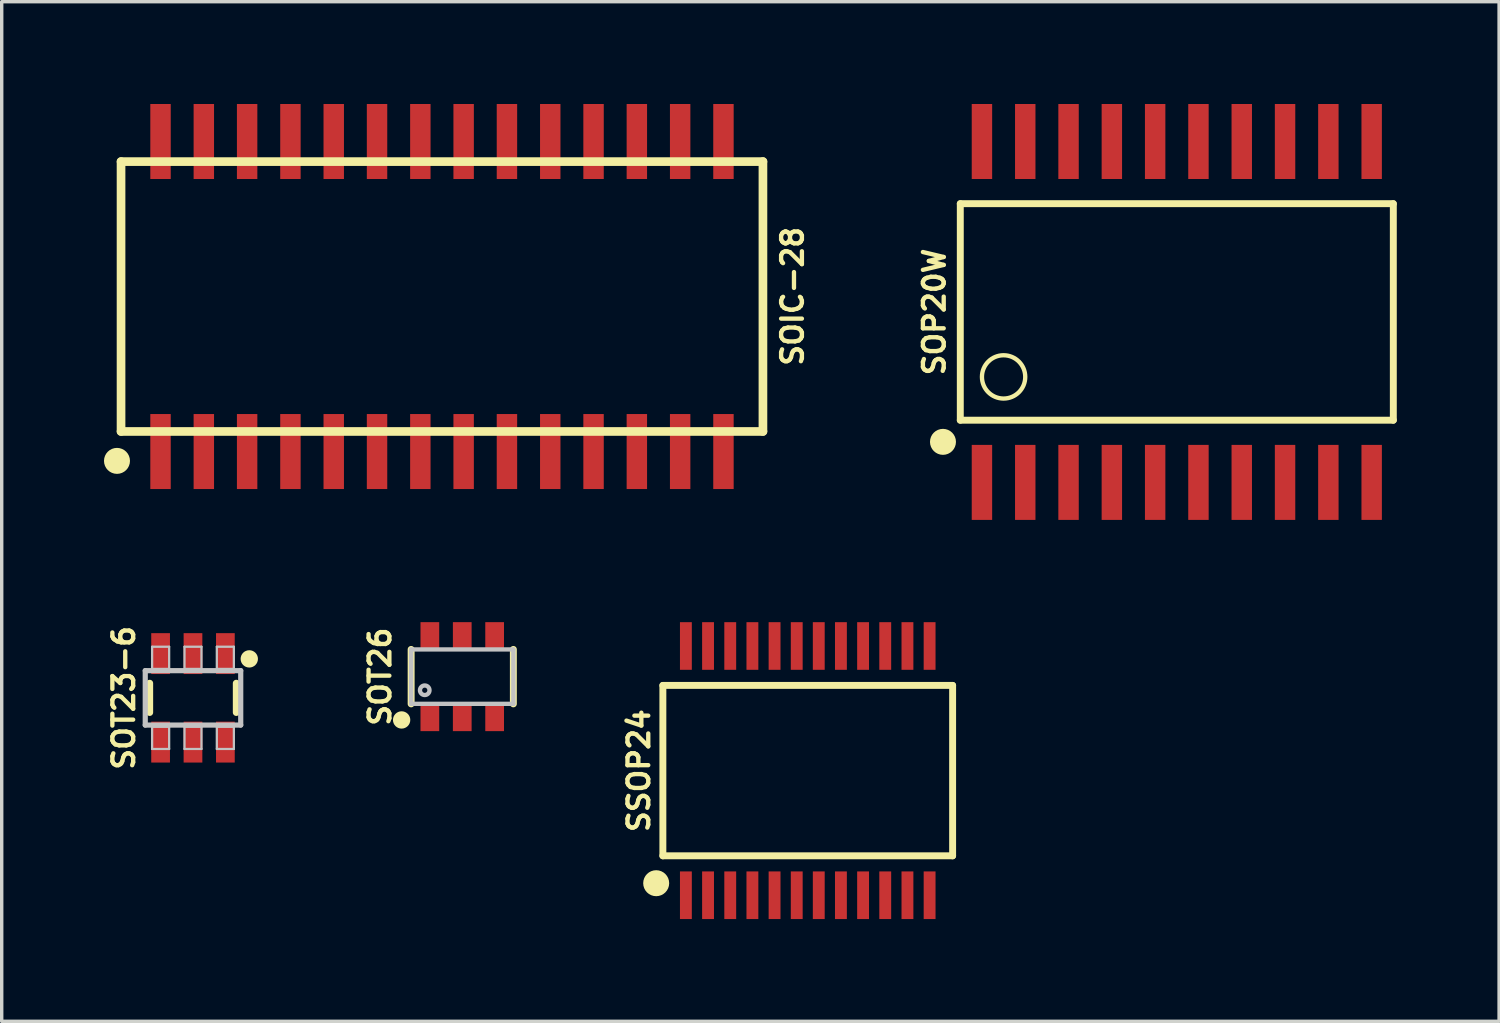
<source format=kicad_pcb>
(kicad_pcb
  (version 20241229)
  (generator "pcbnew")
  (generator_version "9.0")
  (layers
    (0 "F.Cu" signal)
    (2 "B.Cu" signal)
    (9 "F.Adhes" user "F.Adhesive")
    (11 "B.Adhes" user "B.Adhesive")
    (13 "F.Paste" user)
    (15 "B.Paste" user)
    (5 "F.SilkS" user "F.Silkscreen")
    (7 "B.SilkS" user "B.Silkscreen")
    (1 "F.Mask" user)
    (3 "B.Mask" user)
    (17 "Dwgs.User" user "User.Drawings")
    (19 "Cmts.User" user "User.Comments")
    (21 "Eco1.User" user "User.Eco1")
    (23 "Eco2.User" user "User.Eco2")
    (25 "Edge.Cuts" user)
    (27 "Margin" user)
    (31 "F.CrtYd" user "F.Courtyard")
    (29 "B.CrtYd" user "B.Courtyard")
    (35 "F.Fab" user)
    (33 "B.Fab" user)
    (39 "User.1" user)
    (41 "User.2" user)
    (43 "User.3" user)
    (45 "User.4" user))
  (footprint "SOT26"
    (layer "F.Cu")
    (at 10.507 16.795)
    (property "Reference" "SOT26" (at -2.413 0 90) (layer "F.SilkS") (effects (font (size 0.61 0.61) (thickness 0.127))))
    (attr smd)
    (fp_line (start -1.499 -0.798) (end -1.499 0.798) (stroke (width 0.203) (type solid)) (layer "F.SilkS"))
    (fp_line (start 1.499 -0.798) (end 1.499 0.798) (stroke (width 0.203) (type solid)) (layer "F.SilkS"))
    (fp_circle (center -1.778 1.27) (end -1.651 1.27) (stroke (width 0.254) (type solid)) (fill no) (layer "F.SilkS"))
    (fp_line (start -1.499 -0.798) (end -1.499 0.798) (stroke (width 0.127) (type solid)) (layer "Dwgs.User"))
    (fp_line (start -1.499 0.798) (end 1.499 0.798) (stroke (width 0.127) (type solid)) (layer "Dwgs.User"))
    (fp_line (start 1.499 -0.798) (end -1.499 -0.798) (stroke (width 0.127) (type solid)) (layer "Dwgs.User"))
    (fp_line (start 1.499 0.798) (end 1.499 -0.798) (stroke (width 0.127) (type solid)) (layer "Dwgs.User"))
    (fp_circle (center -1.1 0.399) (end -1.1 0.259) (stroke (width 0.127) (type solid)) (fill no) (layer "Dwgs.User"))
    (pad "D1" smd rect (at -0.95 -1.199) (size 0.549 0.798) (layers "F.Cu" "F.Mask" "F.Paste"))
    (pad "D2" smd rect (at 0.95 -1.199) (size 0.549 0.798) (layers "F.Cu" "F.Mask" "F.Paste"))
    (pad "G1" smd rect (at -0.95 1.199) (size 0.549 0.798) (layers "F.Cu" "F.Mask" "F.Paste"))
    (pad "G2" smd rect (at 0.95 1.199) (size 0.549 0.798) (layers "F.Cu" "F.Mask" "F.Paste"))
    (pad "S1" smd rect (at 0 -1.199 180) (size 0.549 0.798) (layers "F.Cu" "F.Mask" "F.Paste"))
    (pad "S2" smd rect (at 0 1.199) (size 0.549 0.798) (layers "F.Cu" "F.Mask" "F.Paste")))
  (footprint "SOP20W"
    (layer "F.Cu")
    (at 31.464 6.099)
    (property "Reference" "SOP20W" (at -7.112 0 90) (layer "F.SilkS") (effects (font (size 0.61 0.61) (thickness 0.127))))
    (attr smd)
    (fp_line (start -6.35 -3.175) (end 6.35 -3.175) (stroke (width 0.203) (type solid)) (layer "F.SilkS"))
    (fp_line (start -6.35 3.175) (end -6.35 -3.175) (stroke (width 0.203) (type solid)) (layer "F.SilkS"))
    (fp_line (start 6.35 -3.175) (end 6.35 3.175) (stroke (width 0.203) (type solid)) (layer "F.SilkS"))
    (fp_line (start 6.35 3.175) (end -6.35 3.175) (stroke (width 0.203) (type solid)) (layer "F.SilkS"))
    (fp_circle (center -6.858 3.81) (end -6.731 3.81) (stroke (width 0.254) (type solid)) (fill no) (layer "F.SilkS"))
    (fp_circle (center -6.858 3.81) (end -6.604 3.81) (stroke (width 0.254) (type solid)) (fill no) (layer "F.SilkS"))
    (fp_circle (center -5.08 1.905) (end -5.08 1.27) (stroke (width 0.127) (type solid)) (fill no) (layer "F.SilkS"))
    (pad "1" smd rect (at -5.715 4.999) (size 0.599 2.2) (layers "F.Cu" "F.Mask" "F.Paste"))
    (pad "2" smd rect (at -4.445 4.999) (size 0.599 2.2) (layers "F.Cu" "F.Mask" "F.Paste"))
    (pad "3" smd rect (at -3.175 4.999) (size 0.599 2.2) (layers "F.Cu" "F.Mask" "F.Paste"))
    (pad "4" smd rect (at -1.905 4.999) (size 0.599 2.2) (layers "F.Cu" "F.Mask" "F.Paste"))
    (pad "5" smd rect (at -0.635 4.999) (size 0.599 2.2) (layers "F.Cu" "F.Mask" "F.Paste"))
    (pad "6" smd rect (at 0.635 4.999) (size 0.599 2.2) (layers "F.Cu" "F.Mask" "F.Paste"))
    (pad "7" smd rect (at 1.905 4.999) (size 0.599 2.2) (layers "F.Cu" "F.Mask" "F.Paste"))
    (pad "8" smd rect (at 3.175 4.999) (size 0.599 2.2) (layers "F.Cu" "F.Mask" "F.Paste"))
    (pad "9" smd rect (at 4.445 4.999) (size 0.599 2.2) (layers "F.Cu" "F.Mask" "F.Paste"))
    (pad "10" smd rect (at 5.715 4.999) (size 0.599 2.2) (layers "F.Cu" "F.Mask" "F.Paste"))
    (pad "11" smd rect (at 5.715 -4.999) (size 0.599 2.2) (layers "F.Cu" "F.Mask" "F.Paste"))
    (pad "12" smd rect (at 4.445 -4.999) (size 0.599 2.2) (layers "F.Cu" "F.Mask" "F.Paste"))
    (pad "13" smd rect (at 3.175 -4.999) (size 0.599 2.2) (layers "F.Cu" "F.Mask" "F.Paste"))
    (pad "14" smd rect (at 1.905 -4.999) (size 0.599 2.2) (layers "F.Cu" "F.Mask" "F.Paste"))
    (pad "15" smd rect (at 0.635 -4.999) (size 0.599 2.2) (layers "F.Cu" "F.Mask" "F.Paste"))
    (pad "16" smd rect (at -0.635 -4.999) (size 0.599 2.2) (layers "F.Cu" "F.Mask" "F.Paste"))
    (pad "17" smd rect (at -1.905 -4.999) (size 0.599 2.2) (layers "F.Cu" "F.Mask" "F.Paste"))
    (pad "18" smd rect (at -3.175 -4.999) (size 0.599 2.2) (layers "F.Cu" "F.Mask" "F.Paste"))
    (pad "19" smd rect (at -4.445 -4.999) (size 0.599 2.2) (layers "F.Cu" "F.Mask" "F.Paste"))
    (pad "20" smd rect (at -5.715 -4.999) (size 0.599 2.2) (layers "F.Cu" "F.Mask" "F.Paste")))
  (footprint "SOT23-6"
    (layer "F.Cu")
    (at 2.61 17.417)
    (property "Reference" "SOT23-6" (at -2.03 0 90) (layer "F.SilkS") (effects (font (size 0.61 0.61) (thickness 0.127))))
    (attr smd)
    (fp_line (start -1.27 0.429) (end -1.27 -0.429) (stroke (width 0.203) (type solid)) (layer "F.SilkS"))
    (fp_line (start 1.27 -0.429) (end 1.27 0.429) (stroke (width 0.203) (type solid)) (layer "F.SilkS"))
    (fp_circle (center 1.651 -1.143) (end 1.778 -1.143) (stroke (width 0.254) (type solid)) (fill no) (layer "F.SilkS"))
    (fp_line (start -1.4 -0.798) (end -1.4 0.798) (stroke (width 0.152) (type solid)) (layer "Dwgs.User"))
    (fp_line (start -1.4 -0.798) (end 1.4 -0.798) (stroke (width 0.152) (type solid)) (layer "Dwgs.User"))
    (fp_line (start -1.199 -1.499) (end -0.699 -1.499) (stroke (width 0.066) (type solid)) (layer "Dwgs.User"))
    (fp_line (start -1.199 -0.848) (end -1.199 -1.499) (stroke (width 0.066) (type solid)) (layer "Dwgs.User"))
    (fp_line (start -1.199 -0.848) (end -0.699 -0.848) (stroke (width 0.066) (type solid)) (layer "Dwgs.User"))
    (fp_line (start -1.199 0.848) (end -0.699 0.848) (stroke (width 0.066) (type solid)) (layer "Dwgs.User"))
    (fp_line (start -1.199 1.499) (end -1.199 0.848) (stroke (width 0.066) (type solid)) (layer "Dwgs.User"))
    (fp_line (start -1.199 1.499) (end -0.699 1.499) (stroke (width 0.066) (type solid)) (layer "Dwgs.User"))
    (fp_line (start -0.699 -0.848) (end -0.699 -1.499) (stroke (width 0.066) (type solid)) (layer "Dwgs.User"))
    (fp_line (start -0.699 1.499) (end -0.699 0.848) (stroke (width 0.066) (type solid)) (layer "Dwgs.User"))
    (fp_line (start -0.249 -1.499) (end 0.249 -1.499) (stroke (width 0.066) (type solid)) (layer "Dwgs.User"))
    (fp_line (start -0.249 -0.848) (end -0.249 -1.499) (stroke (width 0.066) (type solid)) (layer "Dwgs.User"))
    (fp_line (start -0.249 -0.848) (end 0.249 -0.848) (stroke (width 0.066) (type solid)) (layer "Dwgs.User"))
    (fp_line (start -0.249 0.848) (end 0.249 0.848) (stroke (width 0.066) (type solid)) (layer "Dwgs.User"))
    (fp_line (start -0.249 1.499) (end -0.249 0.848) (stroke (width 0.066) (type solid)) (layer "Dwgs.User"))
    (fp_line (start -0.249 1.499) (end 0.249 1.499) (stroke (width 0.066) (type solid)) (layer "Dwgs.User"))
    (fp_line (start 0.249 -0.848) (end 0.249 -1.499) (stroke (width 0.066) (type solid)) (layer "Dwgs.User"))
    (fp_line (start 0.249 1.499) (end 0.249 0.848) (stroke (width 0.066) (type solid)) (layer "Dwgs.User"))
    (fp_line (start 0.699 -1.499) (end 1.199 -1.499) (stroke (width 0.066) (type solid)) (layer "Dwgs.User"))
    (fp_line (start 0.699 -0.848) (end 0.699 -1.499) (stroke (width 0.066) (type solid)) (layer "Dwgs.User"))
    (fp_line (start 0.699 -0.848) (end 1.199 -0.848) (stroke (width 0.066) (type solid)) (layer "Dwgs.User"))
    (fp_line (start 0.699 0.848) (end 1.199 0.848) (stroke (width 0.066) (type solid)) (layer "Dwgs.User"))
    (fp_line (start 0.699 1.499) (end 0.699 0.848) (stroke (width 0.066) (type solid)) (layer "Dwgs.User"))
    (fp_line (start 0.699 1.499) (end 1.199 1.499) (stroke (width 0.066) (type solid)) (layer "Dwgs.User"))
    (fp_line (start 1.199 -0.848) (end 1.199 -1.499) (stroke (width 0.066) (type solid)) (layer "Dwgs.User"))
    (fp_line (start 1.199 1.499) (end 1.199 0.848) (stroke (width 0.066) (type solid)) (layer "Dwgs.User"))
    (fp_line (start 1.4 -0.798) (end 1.4 0.798) (stroke (width 0.152) (type solid)) (layer "Dwgs.User"))
    (fp_line (start 1.4 0.798) (end -1.4 0.798) (stroke (width 0.152) (type solid)) (layer "Dwgs.User"))
    (pad "1" smd rect (at 0.95 -1.298) (size 0.549 1.199) (layers "F.Cu" "F.Mask" "F.Paste"))
    (pad "2" smd rect (at 0 -1.298 180) (size 0.549 1.199) (layers "F.Cu" "F.Mask" "F.Paste"))
    (pad "3" smd rect (at -0.95 -1.298) (size 0.549 1.199) (layers "F.Cu" "F.Mask" "F.Paste"))
    (pad "4" smd rect (at -0.95 1.298) (size 0.549 1.199) (layers "F.Cu" "F.Mask" "F.Paste"))
    (pad "5" smd rect (at 0 1.298) (size 0.549 1.199) (layers "F.Cu" "F.Mask" "F.Paste"))
    (pad "6" smd rect (at 0.95 1.298) (size 0.549 1.199) (layers "F.Cu" "F.Mask" "F.Paste")))
  (footprint "SOIC-28"
    (layer "F.Cu")
    (at 9.906 5.641)
    (property "Reference" "SOIC-28" (at 10.287 0 270) (layer "F.SilkS") (effects (font (size 0.61 0.61) (thickness 0.127))))
    (attr smd)
    (fp_line (start -9.406 -3.952) (end 9.42 -3.952) (stroke (width 0.254) (type solid)) (layer "F.SilkS"))
    (fp_line (start -9.406 3.963) (end -9.406 -3.952) (stroke (width 0.254) (type solid)) (layer "F.SilkS"))
    (fp_line (start 9.42 -3.952) (end 9.42 3.963) (stroke (width 0.254) (type solid)) (layer "F.SilkS"))
    (fp_line (start 9.42 3.963) (end -9.406 3.963) (stroke (width 0.254) (type solid)) (layer "F.SilkS"))
    (fp_circle (center -9.525 4.826) (end -9.398 4.826) (stroke (width 0.254) (type solid)) (fill no) (layer "F.SilkS"))
    (fp_circle (center -9.525 4.826) (end -9.271 4.826) (stroke (width 0.254) (type solid)) (fill no) (layer "F.SilkS"))
    (pad "1" smd rect (at -8.248 4.552 180) (size 0.599 2.2) (layers "F.Cu" "F.Mask" "F.Paste"))
    (pad "2" smd rect (at -6.978 4.552 180) (size 0.599 2.2) (layers "F.Cu" "F.Mask" "F.Paste"))
    (pad "3" smd rect (at -5.708 4.552 180) (size 0.599 2.2) (layers "F.Cu" "F.Mask" "F.Paste"))
    (pad "4" smd rect (at -4.438 4.552 180) (size 0.599 2.2) (layers "F.Cu" "F.Mask" "F.Paste"))
    (pad "5" smd rect (at -3.168 4.552 180) (size 0.599 2.2) (layers "F.Cu" "F.Mask" "F.Paste"))
    (pad "6" smd rect (at -1.898 4.552 180) (size 0.599 2.2) (layers "F.Cu" "F.Mask" "F.Paste"))
    (pad "7" smd rect (at -0.628 4.552 180) (size 0.599 2.2) (layers "F.Cu" "F.Mask" "F.Paste"))
    (pad "8" smd rect (at 0.642 4.552 180) (size 0.599 2.2) (layers "F.Cu" "F.Mask" "F.Paste"))
    (pad "9" smd rect (at 1.912 4.552 180) (size 0.599 2.2) (layers "F.Cu" "F.Mask" "F.Paste"))
    (pad "10" smd rect (at 3.182 4.552 180) (size 0.599 2.2) (layers "F.Cu" "F.Mask" "F.Paste"))
    (pad "11" smd rect (at 4.452 4.552 180) (size 0.599 2.2) (layers "F.Cu" "F.Mask" "F.Paste"))
    (pad "12" smd rect (at 5.722 4.552 180) (size 0.599 2.2) (layers "F.Cu" "F.Mask" "F.Paste"))
    (pad "13" smd rect (at 6.992 4.552 180) (size 0.599 2.2) (layers "F.Cu" "F.Mask" "F.Paste"))
    (pad "14" smd rect (at 8.262 4.552 180) (size 0.599 2.2) (layers "F.Cu" "F.Mask" "F.Paste"))
    (pad "15" smd rect (at 8.262 -4.541 180) (size 0.599 2.2) (layers "F.Cu" "F.Mask" "F.Paste"))
    (pad "16" smd rect (at 6.992 -4.541 180) (size 0.599 2.2) (layers "F.Cu" "F.Mask" "F.Paste"))
    (pad "17" smd rect (at 5.722 -4.541 180) (size 0.599 2.2) (layers "F.Cu" "F.Mask" "F.Paste"))
    (pad "18" smd rect (at 4.452 -4.541 180) (size 0.599 2.2) (layers "F.Cu" "F.Mask" "F.Paste"))
    (pad "19" smd rect (at 3.182 -4.541 180) (size 0.599 2.2) (layers "F.Cu" "F.Mask" "F.Paste"))
    (pad "20" smd rect (at 1.912 -4.541 180) (size 0.599 2.2) (layers "F.Cu" "F.Mask" "F.Paste"))
    (pad "21" smd rect (at 0.642 -4.541 180) (size 0.599 2.2) (layers "F.Cu" "F.Mask" "F.Paste"))
    (pad "22" smd rect (at -0.628 -4.541 180) (size 0.599 2.2) (layers "F.Cu" "F.Mask" "F.Paste"))
    (pad "23" smd rect (at -1.898 -4.541 180) (size 0.599 2.2) (layers "F.Cu" "F.Mask" "F.Paste"))
    (pad "24" smd rect (at -3.168 -4.541 180) (size 0.599 2.2) (layers "F.Cu" "F.Mask" "F.Paste"))
    (pad "25" smd rect (at -4.438 -4.541 180) (size 0.599 2.2) (layers "F.Cu" "F.Mask" "F.Paste"))
    (pad "26" smd rect (at -5.708 -4.541 180) (size 0.599 2.2) (layers "F.Cu" "F.Mask" "F.Paste"))
    (pad "27" smd rect (at -6.978 -4.541 180) (size 0.599 2.2) (layers "F.Cu" "F.Mask" "F.Paste"))
    (pad "28" smd rect (at -8.248 -4.541 180) (size 0.599 2.2) (layers "F.Cu" "F.Mask" "F.Paste")))
  (footprint "SSOP24"
    (layer "F.Cu")
    (at 20.64 19.551)
    (property "Reference" "SSOP24" (at -4.953 0 90) (layer "F.SilkS") (effects (font (size 0.61 0.61) (thickness 0.127))))
    (attr smd)
    (fp_line (start -4.249 -2.499) (end 4.249 -2.499) (stroke (width 0.203) (type solid)) (layer "F.SilkS"))
    (fp_line (start -4.249 2.499) (end -4.249 -2.499) (stroke (width 0.203) (type solid)) (layer "F.SilkS"))
    (fp_line (start 4.249 -2.499) (end 4.249 2.499) (stroke (width 0.203) (type solid)) (layer "F.SilkS"))
    (fp_line (start 4.249 2.499) (end -4.249 2.499) (stroke (width 0.203) (type solid)) (layer "F.SilkS"))
    (fp_circle (center -4.445 3.302) (end -4.318 3.302) (stroke (width 0.254) (type solid)) (fill no) (layer "F.SilkS"))
    (fp_circle (center -4.445 3.302) (end -4.191 3.302) (stroke (width 0.254) (type solid)) (fill no) (layer "F.SilkS"))
    (pad "1" smd rect (at -3.574 3.655) (size 0.348 1.397) (layers "F.Cu" "F.Mask" "F.Paste"))
    (pad "2" smd rect (at -2.924 3.655) (size 0.348 1.397) (layers "F.Cu" "F.Mask" "F.Paste"))
    (pad "3" smd rect (at -2.273 3.655) (size 0.348 1.397) (layers "F.Cu" "F.Mask" "F.Paste"))
    (pad "4" smd rect (at -1.623 3.655) (size 0.348 1.397) (layers "F.Cu" "F.Mask" "F.Paste"))
    (pad "5" smd rect (at -0.973 3.655) (size 0.348 1.397) (layers "F.Cu" "F.Mask" "F.Paste"))
    (pad "6" smd rect (at -0.323 3.655) (size 0.348 1.397) (layers "F.Cu" "F.Mask" "F.Paste"))
    (pad "7" smd rect (at 0.323 3.655) (size 0.348 1.397) (layers "F.Cu" "F.Mask" "F.Paste"))
    (pad "8" smd rect (at 0.973 3.655) (size 0.348 1.397) (layers "F.Cu" "F.Mask" "F.Paste"))
    (pad "9" smd rect (at 1.623 3.655) (size 0.348 1.397) (layers "F.Cu" "F.Mask" "F.Paste"))
    (pad "10" smd rect (at 2.273 3.655) (size 0.348 1.397) (layers "F.Cu" "F.Mask" "F.Paste"))
    (pad "11" smd rect (at 2.924 3.655) (size 0.348 1.397) (layers "F.Cu" "F.Mask" "F.Paste"))
    (pad "12" smd rect (at 3.574 3.655) (size 0.348 1.397) (layers "F.Cu" "F.Mask" "F.Paste"))
    (pad "13" smd rect (at 3.574 -3.655 180) (size 0.348 1.397) (layers "F.Cu" "F.Mask" "F.Paste"))
    (pad "14" smd rect (at 2.924 -3.655 180) (size 0.348 1.397) (layers "F.Cu" "F.Mask" "F.Paste"))
    (pad "15" smd rect (at 2.273 -3.655) (size 0.348 1.397) (layers "F.Cu" "F.Mask" "F.Paste"))
    (pad "16" smd rect (at 1.623 -3.655) (size 0.348 1.397) (layers "F.Cu" "F.Mask" "F.Paste"))
    (pad "17" smd rect (at 0.973 -3.655) (size 0.348 1.397) (layers "F.Cu" "F.Mask" "F.Paste"))
    (pad "18" smd rect (at 0.323 -3.655) (size 0.348 1.397) (layers "F.Cu" "F.Mask" "F.Paste"))
    (pad "19" smd rect (at -0.323 -3.655) (size 0.348 1.397) (layers "F.Cu" "F.Mask" "F.Paste"))
    (pad "20" smd rect (at -0.973 -3.655) (size 0.348 1.397) (layers "F.Cu" "F.Mask" "F.Paste"))
    (pad "21" smd rect (at -1.623 -3.655) (size 0.348 1.397) (layers "F.Cu" "F.Mask" "F.Paste"))
    (pad "22" smd rect (at -2.273 -3.655) (size 0.348 1.397) (layers "F.Cu" "F.Mask" "F.Paste"))
    (pad "23" smd rect (at -2.924 -3.655) (size 0.348 1.397) (layers "F.Cu" "F.Mask" "F.Paste"))
    (pad "24" smd rect (at -3.574 -3.655) (size 0.348 1.397) (layers "F.Cu" "F.Mask" "F.Paste")))
  (gr_rect
    (start -3 -3)
    (end 40.916 26.904)
    (stroke (width 0.1) (type default))
    (fill no)
    (layer "Edge.Cuts")))
</source>
